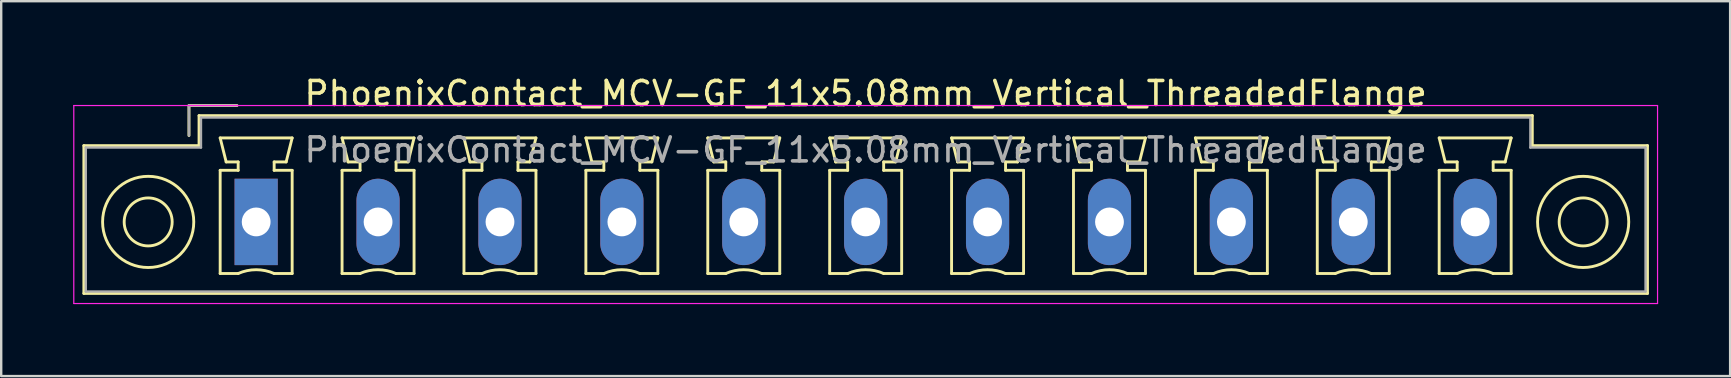
<source format=kicad_pcb>
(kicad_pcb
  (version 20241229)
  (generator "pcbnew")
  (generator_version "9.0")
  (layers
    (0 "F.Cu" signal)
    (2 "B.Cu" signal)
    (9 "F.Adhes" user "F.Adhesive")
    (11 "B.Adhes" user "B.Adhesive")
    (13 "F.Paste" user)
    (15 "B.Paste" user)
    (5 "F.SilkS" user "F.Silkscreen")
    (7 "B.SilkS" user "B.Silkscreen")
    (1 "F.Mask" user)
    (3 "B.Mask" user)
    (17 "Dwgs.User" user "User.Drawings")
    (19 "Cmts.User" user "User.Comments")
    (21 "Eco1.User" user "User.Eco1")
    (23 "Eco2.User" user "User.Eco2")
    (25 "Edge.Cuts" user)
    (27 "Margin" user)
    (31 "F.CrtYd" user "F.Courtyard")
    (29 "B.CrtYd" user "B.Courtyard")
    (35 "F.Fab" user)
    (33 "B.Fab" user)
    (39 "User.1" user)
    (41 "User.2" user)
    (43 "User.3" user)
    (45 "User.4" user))
  (footprint "PhoenixContact_MCV-GF_11x5.08mm_Vertical_ThreadedFlange"
    (layer "F.Cu")
    (at 7.625 6.198)
    (property "Reference" "PhoenixContact_MCV-GF_11x5.08mm_Vertical_ThreadedFlange" (at 25.4 -5.35 0) (layer "F.SilkS") (effects (font (size 1 1) (thickness 0.15))))
    (attr through_hole)
    (fp_line (start -7.18 -3.18) (end -7.18 2.98) (stroke (width 0.12) (type solid)) (layer "F.SilkS"))
    (fp_line (start -7.18 2.98) (end 57.98 2.98) (stroke (width 0.12) (type solid)) (layer "F.SilkS"))
    (fp_line (start -2.8 -4.85) (end -0.8 -4.85) (stroke (width 0.12) (type solid)) (layer "F.SilkS"))
    (fp_line (start -2.8 -3.6) (end -2.8 -4.85) (stroke (width 0.12) (type solid)) (layer "F.SilkS"))
    (fp_line (start -2.38 -4.43) (end -2.38 -3.18) (stroke (width 0.12) (type solid)) (layer "F.SilkS"))
    (fp_line (start -2.38 -3.18) (end -7.18 -3.18) (stroke (width 0.12) (type solid)) (layer "F.SilkS"))
    (fp_line (start -1.5 -3.5) (end 1.5 -3.5) (stroke (width 0.12) (type solid)) (layer "F.SilkS"))
    (fp_line (start -1.5 -2.15) (end -0.75 -2.15) (stroke (width 0.12) (type solid)) (layer "F.SilkS"))
    (fp_line (start -1.5 2.15) (end -1.5 -2.15) (stroke (width 0.12) (type solid)) (layer "F.SilkS"))
    (fp_line (start -1.25 -2.5) (end -1.5 -3.5) (stroke (width 0.12) (type solid)) (layer "F.SilkS"))
    (fp_line (start -0.75 -2.5) (end -1.25 -2.5) (stroke (width 0.12) (type solid)) (layer "F.SilkS"))
    (fp_line (start -0.75 -2.15) (end -0.75 -2.5) (stroke (width 0.12) (type solid)) (layer "F.SilkS"))
    (fp_line (start -0.75 2.15) (end -1.5 2.15) (stroke (width 0.12) (type solid)) (layer "F.SilkS"))
    (fp_line (start 0.75 -2.5) (end 0.75 -2.15) (stroke (width 0.12) (type solid)) (layer "F.SilkS"))
    (fp_line (start 0.75 -2.15) (end 1.5 -2.15) (stroke (width 0.12) (type solid)) (layer "F.SilkS"))
    (fp_line (start 1.25 -2.5) (end 0.75 -2.5) (stroke (width 0.12) (type solid)) (layer "F.SilkS"))
    (fp_line (start 1.5 -3.5) (end 1.25 -2.5) (stroke (width 0.12) (type solid)) (layer "F.SilkS"))
    (fp_line (start 1.5 -2.15) (end 1.5 2.15) (stroke (width 0.12) (type solid)) (layer "F.SilkS"))
    (fp_line (start 1.5 2.15) (end 0.75 2.15) (stroke (width 0.12) (type solid)) (layer "F.SilkS"))
    (fp_line (start 3.58 -3.5) (end 6.58 -3.5) (stroke (width 0.12) (type solid)) (layer "F.SilkS"))
    (fp_line (start 3.58 -2.15) (end 4.33 -2.15) (stroke (width 0.12) (type solid)) (layer "F.SilkS"))
    (fp_line (start 3.58 2.15) (end 3.58 -2.15) (stroke (width 0.12) (type solid)) (layer "F.SilkS"))
    (fp_line (start 3.83 -2.5) (end 3.58 -3.5) (stroke (width 0.12) (type solid)) (layer "F.SilkS"))
    (fp_line (start 4.33 -2.5) (end 3.83 -2.5) (stroke (width 0.12) (type solid)) (layer "F.SilkS"))
    (fp_line (start 4.33 -2.15) (end 4.33 -2.5) (stroke (width 0.12) (type solid)) (layer "F.SilkS"))
    (fp_line (start 4.33 2.15) (end 3.58 2.15) (stroke (width 0.12) (type solid)) (layer "F.SilkS"))
    (fp_line (start 5.83 -2.5) (end 5.83 -2.15) (stroke (width 0.12) (type solid)) (layer "F.SilkS"))
    (fp_line (start 5.83 -2.15) (end 6.58 -2.15) (stroke (width 0.12) (type solid)) (layer "F.SilkS"))
    (fp_line (start 6.33 -2.5) (end 5.83 -2.5) (stroke (width 0.12) (type solid)) (layer "F.SilkS"))
    (fp_line (start 6.58 -3.5) (end 6.33 -2.5) (stroke (width 0.12) (type solid)) (layer "F.SilkS"))
    (fp_line (start 6.58 -2.15) (end 6.58 2.15) (stroke (width 0.12) (type solid)) (layer "F.SilkS"))
    (fp_line (start 6.58 2.15) (end 5.83 2.15) (stroke (width 0.12) (type solid)) (layer "F.SilkS"))
    (fp_line (start 8.66 -3.5) (end 11.66 -3.5) (stroke (width 0.12) (type solid)) (layer "F.SilkS"))
    (fp_line (start 8.66 -2.15) (end 9.41 -2.15) (stroke (width 0.12) (type solid)) (layer "F.SilkS"))
    (fp_line (start 8.66 2.15) (end 8.66 -2.15) (stroke (width 0.12) (type solid)) (layer "F.SilkS"))
    (fp_line (start 8.91 -2.5) (end 8.66 -3.5) (stroke (width 0.12) (type solid)) (layer "F.SilkS"))
    (fp_line (start 9.41 -2.5) (end 8.91 -2.5) (stroke (width 0.12) (type solid)) (layer "F.SilkS"))
    (fp_line (start 9.41 -2.15) (end 9.41 -2.5) (stroke (width 0.12) (type solid)) (layer "F.SilkS"))
    (fp_line (start 9.41 2.15) (end 8.66 2.15) (stroke (width 0.12) (type solid)) (layer "F.SilkS"))
    (fp_line (start 10.91 -2.5) (end 10.91 -2.15) (stroke (width 0.12) (type solid)) (layer "F.SilkS"))
    (fp_line (start 10.91 -2.15) (end 11.66 -2.15) (stroke (width 0.12) (type solid)) (layer "F.SilkS"))
    (fp_line (start 11.41 -2.5) (end 10.91 -2.5) (stroke (width 0.12) (type solid)) (layer "F.SilkS"))
    (fp_line (start 11.66 -3.5) (end 11.41 -2.5) (stroke (width 0.12) (type solid)) (layer "F.SilkS"))
    (fp_line (start 11.66 -2.15) (end 11.66 2.15) (stroke (width 0.12) (type solid)) (layer "F.SilkS"))
    (fp_line (start 11.66 2.15) (end 10.91 2.15) (stroke (width 0.12) (type solid)) (layer "F.SilkS"))
    (fp_line (start 13.74 -3.5) (end 16.74 -3.5) (stroke (width 0.12) (type solid)) (layer "F.SilkS"))
    (fp_line (start 13.74 -2.15) (end 14.49 -2.15) (stroke (width 0.12) (type solid)) (layer "F.SilkS"))
    (fp_line (start 13.74 2.15) (end 13.74 -2.15) (stroke (width 0.12) (type solid)) (layer "F.SilkS"))
    (fp_line (start 13.99 -2.5) (end 13.74 -3.5) (stroke (width 0.12) (type solid)) (layer "F.SilkS"))
    (fp_line (start 14.49 -2.5) (end 13.99 -2.5) (stroke (width 0.12) (type solid)) (layer "F.SilkS"))
    (fp_line (start 14.49 -2.15) (end 14.49 -2.5) (stroke (width 0.12) (type solid)) (layer "F.SilkS"))
    (fp_line (start 14.49 2.15) (end 13.74 2.15) (stroke (width 0.12) (type solid)) (layer "F.SilkS"))
    (fp_line (start 15.99 -2.5) (end 15.99 -2.15) (stroke (width 0.12) (type solid)) (layer "F.SilkS"))
    (fp_line (start 15.99 -2.15) (end 16.74 -2.15) (stroke (width 0.12) (type solid)) (layer "F.SilkS"))
    (fp_line (start 16.49 -2.5) (end 15.99 -2.5) (stroke (width 0.12) (type solid)) (layer "F.SilkS"))
    (fp_line (start 16.74 -3.5) (end 16.49 -2.5) (stroke (width 0.12) (type solid)) (layer "F.SilkS"))
    (fp_line (start 16.74 -2.15) (end 16.74 2.15) (stroke (width 0.12) (type solid)) (layer "F.SilkS"))
    (fp_line (start 16.74 2.15) (end 15.99 2.15) (stroke (width 0.12) (type solid)) (layer "F.SilkS"))
    (fp_line (start 18.82 -3.5) (end 21.82 -3.5) (stroke (width 0.12) (type solid)) (layer "F.SilkS"))
    (fp_line (start 18.82 -2.15) (end 19.57 -2.15) (stroke (width 0.12) (type solid)) (layer "F.SilkS"))
    (fp_line (start 18.82 2.15) (end 18.82 -2.15) (stroke (width 0.12) (type solid)) (layer "F.SilkS"))
    (fp_line (start 19.07 -2.5) (end 18.82 -3.5) (stroke (width 0.12) (type solid)) (layer "F.SilkS"))
    (fp_line (start 19.57 -2.5) (end 19.07 -2.5) (stroke (width 0.12) (type solid)) (layer "F.SilkS"))
    (fp_line (start 19.57 -2.15) (end 19.57 -2.5) (stroke (width 0.12) (type solid)) (layer "F.SilkS"))
    (fp_line (start 19.57 2.15) (end 18.82 2.15) (stroke (width 0.12) (type solid)) (layer "F.SilkS"))
    (fp_line (start 21.07 -2.5) (end 21.07 -2.15) (stroke (width 0.12) (type solid)) (layer "F.SilkS"))
    (fp_line (start 21.07 -2.15) (end 21.82 -2.15) (stroke (width 0.12) (type solid)) (layer "F.SilkS"))
    (fp_line (start 21.57 -2.5) (end 21.07 -2.5) (stroke (width 0.12) (type solid)) (layer "F.SilkS"))
    (fp_line (start 21.82 -3.5) (end 21.57 -2.5) (stroke (width 0.12) (type solid)) (layer "F.SilkS"))
    (fp_line (start 21.82 -2.15) (end 21.82 2.15) (stroke (width 0.12) (type solid)) (layer "F.SilkS"))
    (fp_line (start 21.82 2.15) (end 21.07 2.15) (stroke (width 0.12) (type solid)) (layer "F.SilkS"))
    (fp_line (start 23.9 -3.5) (end 26.9 -3.5) (stroke (width 0.12) (type solid)) (layer "F.SilkS"))
    (fp_line (start 23.9 -2.15) (end 24.65 -2.15) (stroke (width 0.12) (type solid)) (layer "F.SilkS"))
    (fp_line (start 23.9 2.15) (end 23.9 -2.15) (stroke (width 0.12) (type solid)) (layer "F.SilkS"))
    (fp_line (start 24.15 -2.5) (end 23.9 -3.5) (stroke (width 0.12) (type solid)) (layer "F.SilkS"))
    (fp_line (start 24.65 -2.5) (end 24.15 -2.5) (stroke (width 0.12) (type solid)) (layer "F.SilkS"))
    (fp_line (start 24.65 -2.15) (end 24.65 -2.5) (stroke (width 0.12) (type solid)) (layer "F.SilkS"))
    (fp_line (start 24.65 2.15) (end 23.9 2.15) (stroke (width 0.12) (type solid)) (layer "F.SilkS"))
    (fp_line (start 26.15 -2.5) (end 26.15 -2.15) (stroke (width 0.12) (type solid)) (layer "F.SilkS"))
    (fp_line (start 26.15 -2.15) (end 26.9 -2.15) (stroke (width 0.12) (type solid)) (layer "F.SilkS"))
    (fp_line (start 26.65 -2.5) (end 26.15 -2.5) (stroke (width 0.12) (type solid)) (layer "F.SilkS"))
    (fp_line (start 26.9 -3.5) (end 26.65 -2.5) (stroke (width 0.12) (type solid)) (layer "F.SilkS"))
    (fp_line (start 26.9 -2.15) (end 26.9 2.15) (stroke (width 0.12) (type solid)) (layer "F.SilkS"))
    (fp_line (start 26.9 2.15) (end 26.15 2.15) (stroke (width 0.12) (type solid)) (layer "F.SilkS"))
    (fp_line (start 28.98 -3.5) (end 31.98 -3.5) (stroke (width 0.12) (type solid)) (layer "F.SilkS"))
    (fp_line (start 28.98 -2.15) (end 29.73 -2.15) (stroke (width 0.12) (type solid)) (layer "F.SilkS"))
    (fp_line (start 28.98 2.15) (end 28.98 -2.15) (stroke (width 0.12) (type solid)) (layer "F.SilkS"))
    (fp_line (start 29.23 -2.5) (end 28.98 -3.5) (stroke (width 0.12) (type solid)) (layer "F.SilkS"))
    (fp_line (start 29.73 -2.5) (end 29.23 -2.5) (stroke (width 0.12) (type solid)) (layer "F.SilkS"))
    (fp_line (start 29.73 -2.15) (end 29.73 -2.5) (stroke (width 0.12) (type solid)) (layer "F.SilkS"))
    (fp_line (start 29.73 2.15) (end 28.98 2.15) (stroke (width 0.12) (type solid)) (layer "F.SilkS"))
    (fp_line (start 31.23 -2.5) (end 31.23 -2.15) (stroke (width 0.12) (type solid)) (layer "F.SilkS"))
    (fp_line (start 31.23 -2.15) (end 31.98 -2.15) (stroke (width 0.12) (type solid)) (layer "F.SilkS"))
    (fp_line (start 31.73 -2.5) (end 31.23 -2.5) (stroke (width 0.12) (type solid)) (layer "F.SilkS"))
    (fp_line (start 31.98 -3.5) (end 31.73 -2.5) (stroke (width 0.12) (type solid)) (layer "F.SilkS"))
    (fp_line (start 31.98 -2.15) (end 31.98 2.15) (stroke (width 0.12) (type solid)) (layer "F.SilkS"))
    (fp_line (start 31.98 2.15) (end 31.23 2.15) (stroke (width 0.12) (type solid)) (layer "F.SilkS"))
    (fp_line (start 34.06 -3.5) (end 37.06 -3.5) (stroke (width 0.12) (type solid)) (layer "F.SilkS"))
    (fp_line (start 34.06 -2.15) (end 34.81 -2.15) (stroke (width 0.12) (type solid)) (layer "F.SilkS"))
    (fp_line (start 34.06 2.15) (end 34.06 -2.15) (stroke (width 0.12) (type solid)) (layer "F.SilkS"))
    (fp_line (start 34.31 -2.5) (end 34.06 -3.5) (stroke (width 0.12) (type solid)) (layer "F.SilkS"))
    (fp_line (start 34.81 -2.5) (end 34.31 -2.5) (stroke (width 0.12) (type solid)) (layer "F.SilkS"))
    (fp_line (start 34.81 -2.15) (end 34.81 -2.5) (stroke (width 0.12) (type solid)) (layer "F.SilkS"))
    (fp_line (start 34.81 2.15) (end 34.06 2.15) (stroke (width 0.12) (type solid)) (layer "F.SilkS"))
    (fp_line (start 36.31 -2.5) (end 36.31 -2.15) (stroke (width 0.12) (type solid)) (layer "F.SilkS"))
    (fp_line (start 36.31 -2.15) (end 37.06 -2.15) (stroke (width 0.12) (type solid)) (layer "F.SilkS"))
    (fp_line (start 36.81 -2.5) (end 36.31 -2.5) (stroke (width 0.12) (type solid)) (layer "F.SilkS"))
    (fp_line (start 37.06 -3.5) (end 36.81 -2.5) (stroke (width 0.12) (type solid)) (layer "F.SilkS"))
    (fp_line (start 37.06 -2.15) (end 37.06 2.15) (stroke (width 0.12) (type solid)) (layer "F.SilkS"))
    (fp_line (start 37.06 2.15) (end 36.31 2.15) (stroke (width 0.12) (type solid)) (layer "F.SilkS"))
    (fp_line (start 39.14 -3.5) (end 42.14 -3.5) (stroke (width 0.12) (type solid)) (layer "F.SilkS"))
    (fp_line (start 39.14 -2.15) (end 39.89 -2.15) (stroke (width 0.12) (type solid)) (layer "F.SilkS"))
    (fp_line (start 39.14 2.15) (end 39.14 -2.15) (stroke (width 0.12) (type solid)) (layer "F.SilkS"))
    (fp_line (start 39.39 -2.5) (end 39.14 -3.5) (stroke (width 0.12) (type solid)) (layer "F.SilkS"))
    (fp_line (start 39.89 -2.5) (end 39.39 -2.5) (stroke (width 0.12) (type solid)) (layer "F.SilkS"))
    (fp_line (start 39.89 -2.15) (end 39.89 -2.5) (stroke (width 0.12) (type solid)) (layer "F.SilkS"))
    (fp_line (start 39.89 2.15) (end 39.14 2.15) (stroke (width 0.12) (type solid)) (layer "F.SilkS"))
    (fp_line (start 41.39 -2.5) (end 41.39 -2.15) (stroke (width 0.12) (type solid)) (layer "F.SilkS"))
    (fp_line (start 41.39 -2.15) (end 42.14 -2.15) (stroke (width 0.12) (type solid)) (layer "F.SilkS"))
    (fp_line (start 41.89 -2.5) (end 41.39 -2.5) (stroke (width 0.12) (type solid)) (layer "F.SilkS"))
    (fp_line (start 42.14 -3.5) (end 41.89 -2.5) (stroke (width 0.12) (type solid)) (layer "F.SilkS"))
    (fp_line (start 42.14 -2.15) (end 42.14 2.15) (stroke (width 0.12) (type solid)) (layer "F.SilkS"))
    (fp_line (start 42.14 2.15) (end 41.39 2.15) (stroke (width 0.12) (type solid)) (layer "F.SilkS"))
    (fp_line (start 44.22 -3.5) (end 47.22 -3.5) (stroke (width 0.12) (type solid)) (layer "F.SilkS"))
    (fp_line (start 44.22 -2.15) (end 44.97 -2.15) (stroke (width 0.12) (type solid)) (layer "F.SilkS"))
    (fp_line (start 44.22 2.15) (end 44.22 -2.15) (stroke (width 0.12) (type solid)) (layer "F.SilkS"))
    (fp_line (start 44.47 -2.5) (end 44.22 -3.5) (stroke (width 0.12) (type solid)) (layer "F.SilkS"))
    (fp_line (start 44.97 -2.5) (end 44.47 -2.5) (stroke (width 0.12) (type solid)) (layer "F.SilkS"))
    (fp_line (start 44.97 -2.15) (end 44.97 -2.5) (stroke (width 0.12) (type solid)) (layer "F.SilkS"))
    (fp_line (start 44.97 2.15) (end 44.22 2.15) (stroke (width 0.12) (type solid)) (layer "F.SilkS"))
    (fp_line (start 46.47 -2.5) (end 46.47 -2.15) (stroke (width 0.12) (type solid)) (layer "F.SilkS"))
    (fp_line (start 46.47 -2.15) (end 47.22 -2.15) (stroke (width 0.12) (type solid)) (layer "F.SilkS"))
    (fp_line (start 46.97 -2.5) (end 46.47 -2.5) (stroke (width 0.12) (type solid)) (layer "F.SilkS"))
    (fp_line (start 47.22 -3.5) (end 46.97 -2.5) (stroke (width 0.12) (type solid)) (layer "F.SilkS"))
    (fp_line (start 47.22 -2.15) (end 47.22 2.15) (stroke (width 0.12) (type solid)) (layer "F.SilkS"))
    (fp_line (start 47.22 2.15) (end 46.47 2.15) (stroke (width 0.12) (type solid)) (layer "F.SilkS"))
    (fp_line (start 49.3 -3.5) (end 52.3 -3.5) (stroke (width 0.12) (type solid)) (layer "F.SilkS"))
    (fp_line (start 49.3 -2.15) (end 50.05 -2.15) (stroke (width 0.12) (type solid)) (layer "F.SilkS"))
    (fp_line (start 49.3 2.15) (end 49.3 -2.15) (stroke (width 0.12) (type solid)) (layer "F.SilkS"))
    (fp_line (start 49.55 -2.5) (end 49.3 -3.5) (stroke (width 0.12) (type solid)) (layer "F.SilkS"))
    (fp_line (start 50.05 -2.5) (end 49.55 -2.5) (stroke (width 0.12) (type solid)) (layer "F.SilkS"))
    (fp_line (start 50.05 -2.15) (end 50.05 -2.5) (stroke (width 0.12) (type solid)) (layer "F.SilkS"))
    (fp_line (start 50.05 2.15) (end 49.3 2.15) (stroke (width 0.12) (type solid)) (layer "F.SilkS"))
    (fp_line (start 51.55 -2.5) (end 51.55 -2.15) (stroke (width 0.12) (type solid)) (layer "F.SilkS"))
    (fp_line (start 51.55 -2.15) (end 52.3 -2.15) (stroke (width 0.12) (type solid)) (layer "F.SilkS"))
    (fp_line (start 52.05 -2.5) (end 51.55 -2.5) (stroke (width 0.12) (type solid)) (layer "F.SilkS"))
    (fp_line (start 52.3 -3.5) (end 52.05 -2.5) (stroke (width 0.12) (type solid)) (layer "F.SilkS"))
    (fp_line (start 52.3 -2.15) (end 52.3 2.15) (stroke (width 0.12) (type solid)) (layer "F.SilkS"))
    (fp_line (start 52.3 2.15) (end 51.55 2.15) (stroke (width 0.12) (type solid)) (layer "F.SilkS"))
    (fp_line (start 53.18 -4.43) (end -2.38 -4.43) (stroke (width 0.12) (type solid)) (layer "F.SilkS"))
    (fp_line (start 53.18 -3.18) (end 53.18 -4.43) (stroke (width 0.12) (type solid)) (layer "F.SilkS"))
    (fp_line (start 57.98 -3.18) (end 53.18 -3.18) (stroke (width 0.12) (type solid)) (layer "F.SilkS"))
    (fp_line (start 57.98 2.98) (end 57.98 -3.18) (stroke (width 0.12) (type solid)) (layer "F.SilkS"))
    (fp_arc (start -0.75 2.15) (mid -0.000193 1.99191) (end 0.749647 2.149844) (stroke (width 0.12) (type solid)) (layer "F.SilkS"))
    (fp_arc (start 4.33 2.15) (mid 5.079807 1.99191) (end 5.829647 2.149844) (stroke (width 0.12) (type solid)) (layer "F.SilkS"))
    (fp_arc (start 9.41 2.15) (mid 10.159807 1.99191) (end 10.909647 2.149844) (stroke (width 0.12) (type solid)) (layer "F.SilkS"))
    (fp_arc (start 14.49 2.15) (mid 15.239807 1.99191) (end 15.989647 2.149844) (stroke (width 0.12) (type solid)) (layer "F.SilkS"))
    (fp_arc (start 19.57 2.15) (mid 20.319807 1.99191) (end 21.069647 2.149844) (stroke (width 0.12) (type solid)) (layer "F.SilkS"))
    (fp_arc (start 24.65 2.15) (mid 25.399807 1.99191) (end 26.149647 2.149844) (stroke (width 0.12) (type solid)) (layer "F.SilkS"))
    (fp_arc (start 29.73 2.15) (mid 30.479807 1.99191) (end 31.229647 2.149844) (stroke (width 0.12) (type solid)) (layer "F.SilkS"))
    (fp_arc (start 34.81 2.15) (mid 35.559807 1.99191) (end 36.309647 2.149844) (stroke (width 0.12) (type solid)) (layer "F.SilkS"))
    (fp_arc (start 39.89 2.15) (mid 40.639807 1.99191) (end 41.389647 2.149844) (stroke (width 0.12) (type solid)) (layer "F.SilkS"))
    (fp_arc (start 44.97 2.15) (mid 45.719807 1.99191) (end 46.469647 2.149844) (stroke (width 0.12) (type solid)) (layer "F.SilkS"))
    (fp_arc (start 50.05 2.15) (mid 50.799807 1.99191) (end 51.549647 2.149844) (stroke (width 0.12) (type solid)) (layer "F.SilkS"))
    (fp_circle (center -4.5 0) (end -3.5 0) (stroke (width 0.12) (type solid)) (fill no) (layer "F.SilkS"))
    (fp_circle (center -4.5 0) (end -2.6 0) (stroke (width 0.12) (type solid)) (fill no) (layer "F.SilkS"))
    (fp_circle (center 55.3 0) (end 56.3 0) (stroke (width 0.12) (type solid)) (fill no) (layer "F.SilkS"))
    (fp_circle (center 55.3 0) (end 57.2 0) (stroke (width 0.12) (type solid)) (fill no) (layer "F.SilkS"))
    (fp_line (start -7.6 -4.85) (end -7.6 3.4) (stroke (width 0.05) (type solid)) (layer "F.CrtYd"))
    (fp_line (start -7.6 3.4) (end 58.4 3.4) (stroke (width 0.05) (type solid)) (layer "F.CrtYd"))
    (fp_line (start 58.4 -4.85) (end -7.6 -4.85) (stroke (width 0.05) (type solid)) (layer "F.CrtYd"))
    (fp_line (start 58.4 3.4) (end 58.4 -4.85) (stroke (width 0.05) (type solid)) (layer "F.CrtYd"))
    (fp_line (start -7.1 -3.1) (end -7.1 2.9) (stroke (width 0.1) (type solid)) (layer "F.Fab"))
    (fp_line (start -7.1 2.9) (end 57.9 2.9) (stroke (width 0.1) (type solid)) (layer "F.Fab"))
    (fp_line (start -2.8 -4.85) (end -0.8 -4.85) (stroke (width 0.1) (type solid)) (layer "F.Fab"))
    (fp_line (start -2.8 -3.6) (end -2.8 -4.85) (stroke (width 0.1) (type solid)) (layer "F.Fab"))
    (fp_line (start -2.3 -4.35) (end -2.3 -3.1) (stroke (width 0.1) (type solid)) (layer "F.Fab"))
    (fp_line (start -2.3 -3.1) (end -7.1 -3.1) (stroke (width 0.1) (type solid)) (layer "F.Fab"))
    (fp_line (start 53.1 -4.35) (end -2.3 -4.35) (stroke (width 0.1) (type solid)) (layer "F.Fab"))
    (fp_line (start 53.1 -3.1) (end 53.1 -4.35) (stroke (width 0.1) (type solid)) (layer "F.Fab"))
    (fp_line (start 57.9 -3.1) (end 53.1 -3.1) (stroke (width 0.1) (type solid)) (layer "F.Fab"))
    (fp_line (start 57.9 2.9) (end 57.9 -3.1) (stroke (width 0.1) (type solid)) (layer "F.Fab"))
    (fp_text user "${REFERENCE}" (at 25.4 -3 0) (layer "F.Fab") (effects (font (size 1 1) (thickness 0.15))))
    (pad "1" thru_hole rect (at 0 0) (size 1.8 3.6) (drill 1.2) (layers "*.Cu" "*.Mask"))
    (pad "2" thru_hole oval (at 5.08 0) (size 1.8 3.6) (drill 1.2) (layers "*.Cu" "*.Mask"))
    (pad "3" thru_hole oval (at 10.16 0) (size 1.8 3.6) (drill 1.2) (layers "*.Cu" "*.Mask"))
    (pad "4" thru_hole oval (at 15.24 0) (size 1.8 3.6) (drill 1.2) (layers "*.Cu" "*.Mask"))
    (pad "5" thru_hole oval (at 20.32 0) (size 1.8 3.6) (drill 1.2) (layers "*.Cu" "*.Mask"))
    (pad "6" thru_hole oval (at 25.4 0) (size 1.8 3.6) (drill 1.2) (layers "*.Cu" "*.Mask"))
    (pad "7" thru_hole oval (at 30.48 0) (size 1.8 3.6) (drill 1.2) (layers "*.Cu" "*.Mask"))
    (pad "8" thru_hole oval (at 35.56 0) (size 1.8 3.6) (drill 1.2) (layers "*.Cu" "*.Mask"))
    (pad "9" thru_hole oval (at 40.64 0) (size 1.8 3.6) (drill 1.2) (layers "*.Cu" "*.Mask"))
    (pad "10" thru_hole oval (at 45.72 0) (size 1.8 3.6) (drill 1.2) (layers "*.Cu" "*.Mask"))
    (pad "11" thru_hole oval (at 50.8 0) (size 1.8 3.6) (drill 1.2) (layers "*.Cu" "*.Mask")))
  (gr_rect
    (start -3 -3)
    (end 69.05 12.623)
    (stroke (width 0.1) (type default))
    (fill no)
    (layer "Edge.Cuts")))
</source>
